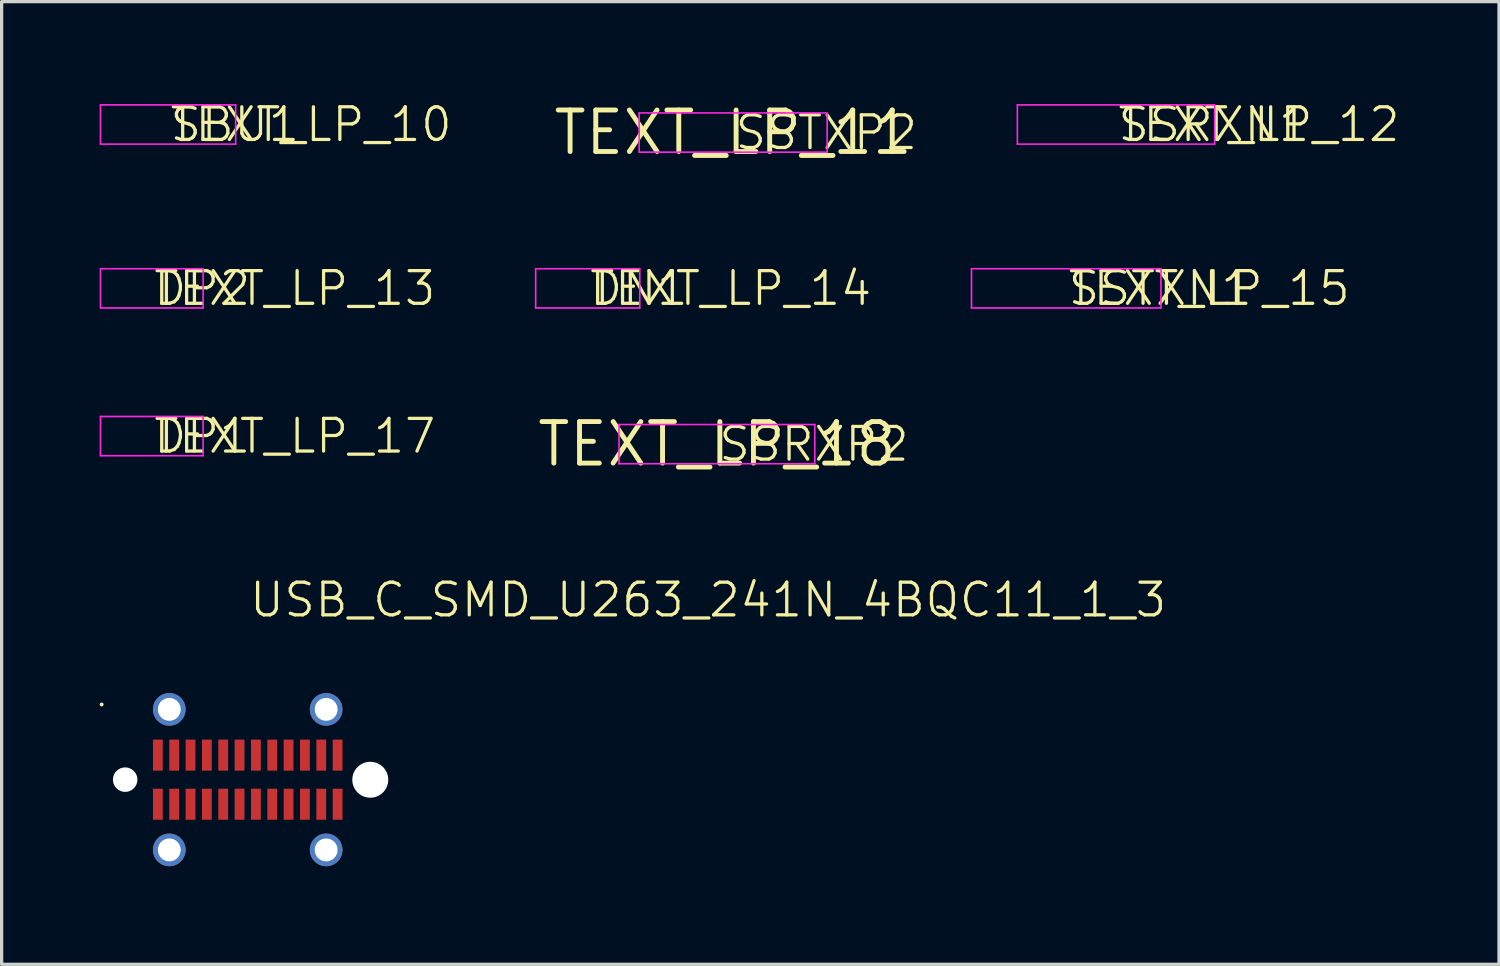
<source format=kicad_pcb>
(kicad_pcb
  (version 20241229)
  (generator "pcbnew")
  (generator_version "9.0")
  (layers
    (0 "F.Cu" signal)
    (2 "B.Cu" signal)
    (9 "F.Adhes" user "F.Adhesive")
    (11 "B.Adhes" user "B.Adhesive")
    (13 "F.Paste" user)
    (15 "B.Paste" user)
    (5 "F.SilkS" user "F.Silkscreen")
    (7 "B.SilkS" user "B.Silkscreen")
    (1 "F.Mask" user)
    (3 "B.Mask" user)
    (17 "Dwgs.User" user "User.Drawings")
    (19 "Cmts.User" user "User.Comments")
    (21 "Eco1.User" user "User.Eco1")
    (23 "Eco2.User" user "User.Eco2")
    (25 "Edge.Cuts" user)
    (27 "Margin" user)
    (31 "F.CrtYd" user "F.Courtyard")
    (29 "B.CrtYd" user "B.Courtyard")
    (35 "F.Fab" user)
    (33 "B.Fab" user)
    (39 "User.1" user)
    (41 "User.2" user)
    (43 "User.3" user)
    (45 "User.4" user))
  (footprint "TEXT_LP_14"
    (layer "F.Cu")
    (at 14.933 5.773)
    (property "Reference" "TEXT_LP_14" (at 0 0 0) (layer "F.SilkS") (effects (font (size 1 1) (thickness 0.1)) (justify left)))
    (fp_line (start -1.593 -0.6) (end -1.593 0.6) (stroke (width 0.05) (type solid)) (layer "F.CrtYd"))
    (fp_line (start -1.593 0.6) (end 1.593 0.6) (stroke (width 0.05) (type solid)) (layer "F.CrtYd"))
    (fp_line (start 1.593 -0.6) (end -1.593 -0.6) (stroke (width 0.05) (type solid)) (layer "F.CrtYd"))
    (fp_line (start 1.593 0.6) (end 1.593 -0.6) (stroke (width 0.05) (type solid)) (layer "F.CrtYd"))
    (fp_text user "DN1" (at 0 0 0) (layer "F.SilkS") (effects (font (size 1 1) (thickness 0.1)) (justify left))))
  (footprint "TEXT_LP_12"
    (layer "F.Cu")
    (at 31.098 0.76)
    (property "Reference" "TEXT_LP_12" (at 0 0 0) (layer "F.SilkS") (effects (font (size 1 1) (thickness 0.1)) (justify left)))
    (fp_line (start -3.018 -0.6) (end -3.018 0.6) (stroke (width 0.05) (type solid)) (layer "F.CrtYd"))
    (fp_line (start -3.018 0.6) (end 3.018 0.6) (stroke (width 0.05) (type solid)) (layer "F.CrtYd"))
    (fp_line (start 3.018 -0.6) (end -3.018 -0.6) (stroke (width 0.05) (type solid)) (layer "F.CrtYd"))
    (fp_line (start 3.018 0.6) (end 3.018 -0.6) (stroke (width 0.05) (type solid)) (layer "F.CrtYd"))
    (fp_text user "SSRXN1" (at 0 0 0) (layer "F.SilkS") (effects (font (size 1 1) (thickness 0.1)) (justify left))))
  (footprint "TEXT_LP_13"
    (layer "F.Cu")
    (at 1.595 5.773)
    (property "Reference" "TEXT_LP_13" (at 0 0 0) (layer "F.SilkS") (effects (font (size 1 1) (thickness 0.1)) (justify left)))
    (fp_line (start -1.57 -0.6) (end -1.57 0.6) (stroke (width 0.05) (type solid)) (layer "F.CrtYd"))
    (fp_line (start -1.57 0.6) (end 1.57 0.6) (stroke (width 0.05) (type solid)) (layer "F.CrtYd"))
    (fp_line (start 1.57 -0.6) (end -1.57 -0.6) (stroke (width 0.05) (type solid)) (layer "F.CrtYd"))
    (fp_line (start 1.57 0.6) (end 1.57 -0.6) (stroke (width 0.05) (type solid)) (layer "F.CrtYd"))
    (fp_text user "DP2" (at 0 0 0) (layer "F.SilkS") (effects (font (size 1 1) (thickness 0.1)) (justify left))))
  (footprint "USB_C_SMD_U263_241N_4BQC11_1_3"
    (layer "F.Cu")
    (at 4.529 20.806)
    (property "Reference" "USB_C_SMD_U263_241N_4BQC11_1_3" (at 0 -5.5 0) (layer "F.SilkS") (effects (font (size 1 1) (thickness 0.1)) (justify left)))
    (fp_poly (pts (xy -3.374 0) (xy -3.381 -0.073) (xy -3.403 -0.144) (xy -3.437 -0.208) (xy -3.484 -0.265) (xy -3.541 -0.312) (xy -3.606 -0.346) (xy -3.676 -0.368) (xy -3.749 -0.375) (xy -3.822 -0.368) (xy -3.893 -0.346) (xy -3.957 -0.312) (xy -4.014 -0.265) (xy -4.061 -0.208) (xy -4.096 -0.144) (xy -4.117 -0.073) (xy -4.124 0) (xy -4.117 0.073) (xy -4.096 0.144) (xy -4.061 0.208) (xy -4.014 0.265) (xy -3.957 0.312) (xy -3.893 0.346) (xy -3.822 0.368) (xy -3.749 0.375) (xy -3.676 0.368) (xy -3.606 0.346) (xy -3.541 0.312) (xy -3.484 0.265) (xy -3.437 0.208) (xy -3.403 0.144) (xy -3.381 0.073)) (stroke (width 0) (type solid)) (fill yes) (layer "F.Mask"))
    (fp_poly (pts (xy 4.301 0.003) (xy 4.29 -0.105) (xy 4.259 -0.208) (xy 4.208 -0.303) (xy 4.14 -0.386) (xy 4.057 -0.455) (xy 3.962 -0.506) (xy 3.858 -0.537) (xy 3.751 -0.547) (xy 3.644 -0.537) (xy 3.541 -0.506) (xy 3.445 -0.455) (xy 3.362 -0.386) (xy 3.294 -0.303) (xy 3.243 -0.208) (xy 3.212 -0.105) (xy 3.201 0.003) (xy 3.212 0.11) (xy 3.243 0.213) (xy 3.294 0.308) (xy 3.362 0.391) (xy 3.445 0.46) (xy 3.541 0.511) (xy 3.644 0.542) (xy 3.751 0.553) (xy 3.858 0.542) (xy 3.962 0.511) (xy 4.057 0.46) (xy 4.14 0.391) (xy 4.208 0.308) (xy 4.259 0.213) (xy 4.29 0.11)) (stroke (width 0) (type solid)) (fill yes) (layer "F.Mask"))
    (fp_poly (pts (xy -3.374 0) (xy -3.381 -0.073) (xy -3.403 -0.144) (xy -3.437 -0.208) (xy -3.484 -0.265) (xy -3.541 -0.312) (xy -3.606 -0.346) (xy -3.676 -0.368) (xy -3.749 -0.375) (xy -3.822 -0.368) (xy -3.893 -0.346) (xy -3.957 -0.312) (xy -4.014 -0.265) (xy -4.061 -0.208) (xy -4.096 -0.144) (xy -4.117 -0.073) (xy -4.124 0) (xy -4.117 0.073) (xy -4.096 0.144) (xy -4.061 0.208) (xy -4.014 0.265) (xy -3.957 0.312) (xy -3.893 0.346) (xy -3.822 0.368) (xy -3.749 0.375) (xy -3.676 0.368) (xy -3.606 0.346) (xy -3.541 0.312) (xy -3.484 0.265) (xy -3.437 0.208) (xy -3.403 0.144) (xy -3.381 0.073)) (stroke (width 0) (type solid)) (fill yes) (layer "B.Mask"))
    (fp_poly (pts (xy 4.301 0.003) (xy 4.29 -0.105) (xy 4.259 -0.208) (xy 4.208 -0.303) (xy 4.14 -0.386) (xy 4.057 -0.455) (xy 3.962 -0.506) (xy 3.858 -0.537) (xy 3.751 -0.547) (xy 3.644 -0.537) (xy 3.541 -0.506) (xy 3.445 -0.455) (xy 3.362 -0.386) (xy 3.294 -0.303) (xy 3.243 -0.208) (xy 3.212 -0.105) (xy 3.201 0.003) (xy 3.212 0.11) (xy 3.243 0.213) (xy 3.294 0.308) (xy 3.362 0.391) (xy 3.445 0.46) (xy 3.541 0.511) (xy 3.644 0.542) (xy 3.751 0.553) (xy 3.858 0.542) (xy 3.962 0.511) (xy 4.057 0.46) (xy 4.14 0.391) (xy 4.208 0.308) (xy 4.259 0.213) (xy 4.29 0.11)) (stroke (width 0) (type solid)) (fill yes) (layer "B.Mask"))
    (fp_arc (start -4.438989 -2.300127) (mid -4.498985 -2.300127) (end -4.438989 -2.300127) (stroke (width 0.059995) (type solid)) (layer "F.SilkS"))
    (pad "" np_thru_hole circle (at -3.749 0) (size 0.75 0.75) (drill 0.75) (layers "*.Cu" "*.Mask"))
    (pad "" np_thru_hole circle (at 3.751 0.003) (size 1.1 1.1) (drill 1.1) (layers "*.Cu" "*.Mask"))
    (pad "25" thru_hole circle (at 2.401 -2.15) (size 1 1) (drill 0.7) (layers "*.Cu" "*.Mask"))
    (pad "26" thru_hole circle (at -2.399 -2.15) (size 1 1) (drill 0.7) (layers "*.Cu" "*.Mask"))
    (pad "27" thru_hole circle (at -2.399 2.15) (size 1 1) (drill 0.7) (layers "*.Cu" "*.Mask"))
    (pad "28" thru_hole circle (at 2.401 2.15) (size 1 1) (drill 0.7) (layers "*.Cu" "*.Mask"))
    (pad "A1" smd rect (at -2.749 -0.75) (size 0.3 0.95) (layers "F.Cu" "F.Mask" "F.Paste"))
    (pad "A2" smd rect (at -2.249 -0.75) (size 0.3 0.95) (layers "F.Cu" "F.Mask" "F.Paste"))
    (pad "A3" smd rect (at -1.749 -0.75) (size 0.3 0.95) (layers "F.Cu" "F.Mask" "F.Paste"))
    (pad "A4" smd rect (at -1.249 -0.75) (size 0.3 0.95) (layers "F.Cu" "F.Mask" "F.Paste"))
    (pad "A5" smd rect (at -0.749 -0.75) (size 0.3 0.95) (layers "F.Cu" "F.Mask" "F.Paste"))
    (pad "A6" smd rect (at -0.249 -0.75) (size 0.3 0.95) (layers "F.Cu" "F.Mask" "F.Paste"))
    (pad "A7" smd rect (at 0.251 -0.75) (size 0.3 0.95) (layers "F.Cu" "F.Mask" "F.Paste"))
    (pad "A8" smd rect (at 0.751 -0.75) (size 0.3 0.95) (layers "F.Cu" "F.Mask" "F.Paste"))
    (pad "A9" smd rect (at 1.251 -0.75) (size 0.3 0.95) (layers "F.Cu" "F.Mask" "F.Paste"))
    (pad "A10" smd rect (at 1.751 -0.75) (size 0.3 0.95) (layers "F.Cu" "F.Mask" "F.Paste"))
    (pad "A11" smd rect (at 2.251 -0.75) (size 0.3 0.95) (layers "F.Cu" "F.Mask" "F.Paste"))
    (pad "A12" smd rect (at 2.751 -0.75) (size 0.3 0.95) (layers "F.Cu" "F.Mask" "F.Paste"))
    (pad "B1" smd rect (at 2.751 0.752 180) (size 0.3 0.95) (layers "F.Cu" "F.Mask" "F.Paste"))
    (pad "B2" smd rect (at 2.251 0.752 180) (size 0.3 0.95) (layers "F.Cu" "F.Mask" "F.Paste"))
    (pad "B3" smd rect (at 1.751 0.752 180) (size 0.3 0.95) (layers "F.Cu" "F.Mask" "F.Paste"))
    (pad "B4" smd rect (at 1.251 0.752 180) (size 0.3 0.95) (layers "F.Cu" "F.Mask" "F.Paste"))
    (pad "B5" smd rect (at 0.751 0.752 180) (size 0.3 0.95) (layers "F.Cu" "F.Mask" "F.Paste"))
    (pad "B6" smd rect (at 0.251 0.752 180) (size 0.3 0.95) (layers "F.Cu" "F.Mask" "F.Paste"))
    (pad "B7" smd rect (at -0.249 0.752 180) (size 0.3 0.95) (layers "F.Cu" "F.Mask" "F.Paste"))
    (pad "B8" smd rect (at -0.749 0.752 180) (size 0.3 0.95) (layers "F.Cu" "F.Mask" "F.Paste"))
    (pad "B9" smd rect (at -1.249 0.752 180) (size 0.3 0.95) (layers "F.Cu" "F.Mask" "F.Paste"))
    (pad "B10" smd rect (at -1.749 0.752 180) (size 0.3 0.95) (layers "F.Cu" "F.Mask" "F.Paste"))
    (pad "B11" smd rect (at -2.249 0.752 180) (size 0.3 0.95) (layers "F.Cu" "F.Mask" "F.Paste"))
    (pad "B12" smd rect (at -2.749 0.752 180) (size 0.3 0.95) (layers "F.Cu" "F.Mask" "F.Paste")))
  (footprint "TEXT_LP_17"
    (layer "F.Cu")
    (at 1.595 10.294)
    (property "Reference" "TEXT_LP_17" (at 0 0 0) (layer "F.SilkS") (effects (font (size 1 1) (thickness 0.1)) (justify left)))
    (fp_line (start -1.57 -0.6) (end -1.57 0.6) (stroke (width 0.05) (type solid)) (layer "F.CrtYd"))
    (fp_line (start -1.57 0.6) (end 1.57 0.6) (stroke (width 0.05) (type solid)) (layer "F.CrtYd"))
    (fp_line (start 1.57 -0.6) (end -1.57 -0.6) (stroke (width 0.05) (type solid)) (layer "F.CrtYd"))
    (fp_line (start 1.57 0.6) (end 1.57 -0.6) (stroke (width 0.05) (type solid)) (layer "F.CrtYd"))
    (fp_text user "DP1" (at 0 0 0) (layer "F.SilkS") (effects (font (size 1 1) (thickness 0.1)) (justify left))))
  (footprint "TEXT_LP_15"
    (layer "F.Cu")
    (at 29.575 5.773)
    (property "Reference" "TEXT_LP_15" (at 0 0 0) (layer "F.SilkS") (effects (font (size 1 1) (thickness 0.1)) (justify left)))
    (fp_line (start -2.899 -0.6) (end -2.899 0.6) (stroke (width 0.05) (type solid)) (layer "F.CrtYd"))
    (fp_line (start -2.899 0.6) (end 2.899 0.6) (stroke (width 0.05) (type solid)) (layer "F.CrtYd"))
    (fp_line (start 2.899 -0.6) (end -2.899 -0.6) (stroke (width 0.05) (type solid)) (layer "F.CrtYd"))
    (fp_line (start 2.899 0.6) (end 2.899 -0.6) (stroke (width 0.05) (type solid)) (layer "F.CrtYd"))
    (fp_text user "SSTXN1" (at 0 0 0) (layer "F.SilkS") (effects (font (size 1 1) (thickness 0.1)) (justify left))))
  (footprint "TEXT_LP_10"
    (layer "F.Cu")
    (at 2.093 0.76)
    (property "Reference" "TEXT_LP_10" (at 0 0 0) (layer "F.SilkS") (effects (font (size 1 1) (thickness 0.1)) (justify left)))
    (fp_line (start -2.068 -0.6) (end -2.068 0.6) (stroke (width 0.05) (type solid)) (layer "F.CrtYd"))
    (fp_line (start -2.068 0.6) (end 2.068 0.6) (stroke (width 0.05) (type solid)) (layer "F.CrtYd"))
    (fp_line (start 2.068 -0.6) (end -2.068 -0.6) (stroke (width 0.05) (type solid)) (layer "F.CrtYd"))
    (fp_line (start 2.068 0.6) (end 2.068 -0.6) (stroke (width 0.05) (type solid)) (layer "F.CrtYd"))
    (fp_text user "SBU1" (at 0 0 0) (layer "F.SilkS") (effects (font (size 1 1) (thickness 0.1)) (justify left))))
  (footprint "TEXT_LP_11"
    (layer "F.Cu")
    (at 19.383 1.006)
    (property "Reference" "TEXT_LP_11" (at 0 0 0) (layer "F.SilkS") (effects (font (size 1.27 1.27) (thickness 0.15))))
    (fp_line (start -2.876 -0.6) (end -2.876 0.6) (stroke (width 0.05) (type solid)) (layer "F.CrtYd"))
    (fp_line (start -2.876 0.6) (end 2.876 0.6) (stroke (width 0.05) (type solid)) (layer "F.CrtYd"))
    (fp_line (start 2.876 -0.6) (end -2.876 -0.6) (stroke (width 0.05) (type solid)) (layer "F.CrtYd"))
    (fp_line (start 2.876 0.6) (end 2.876 -0.6) (stroke (width 0.05) (type solid)) (layer "F.CrtYd"))
    (fp_text user "SSTXP2" (at 0 0 0) (layer "F.SilkS") (effects (font (size 1 1) (thickness 0.1)) (justify left))))
  (footprint "TEXT_LP_18"
    (layer "F.Cu")
    (at 18.886 10.54)
    (property "Reference" "TEXT_LP_18" (at 0 0 0) (layer "F.SilkS") (effects (font (size 1.27 1.27) (thickness 0.15))))
    (fp_line (start -2.995 -0.6) (end -2.995 0.6) (stroke (width 0.05) (type solid)) (layer "F.CrtYd"))
    (fp_line (start -2.995 0.6) (end 2.995 0.6) (stroke (width 0.05) (type solid)) (layer "F.CrtYd"))
    (fp_line (start 2.995 -0.6) (end -2.995 -0.6) (stroke (width 0.05) (type solid)) (layer "F.CrtYd"))
    (fp_line (start 2.995 0.6) (end 2.995 -0.6) (stroke (width 0.05) (type solid)) (layer "F.CrtYd"))
    (fp_text user "SSRXP2" (at 0 0 0) (layer "F.SilkS") (effects (font (size 1 1) (thickness 0.1)) (justify left))))
  (gr_rect
    (start -3 -3)
    (end 42.817 26.457)
    (stroke (width 0.1) (type default))
    (fill no)
    (layer "Edge.Cuts")))
</source>
